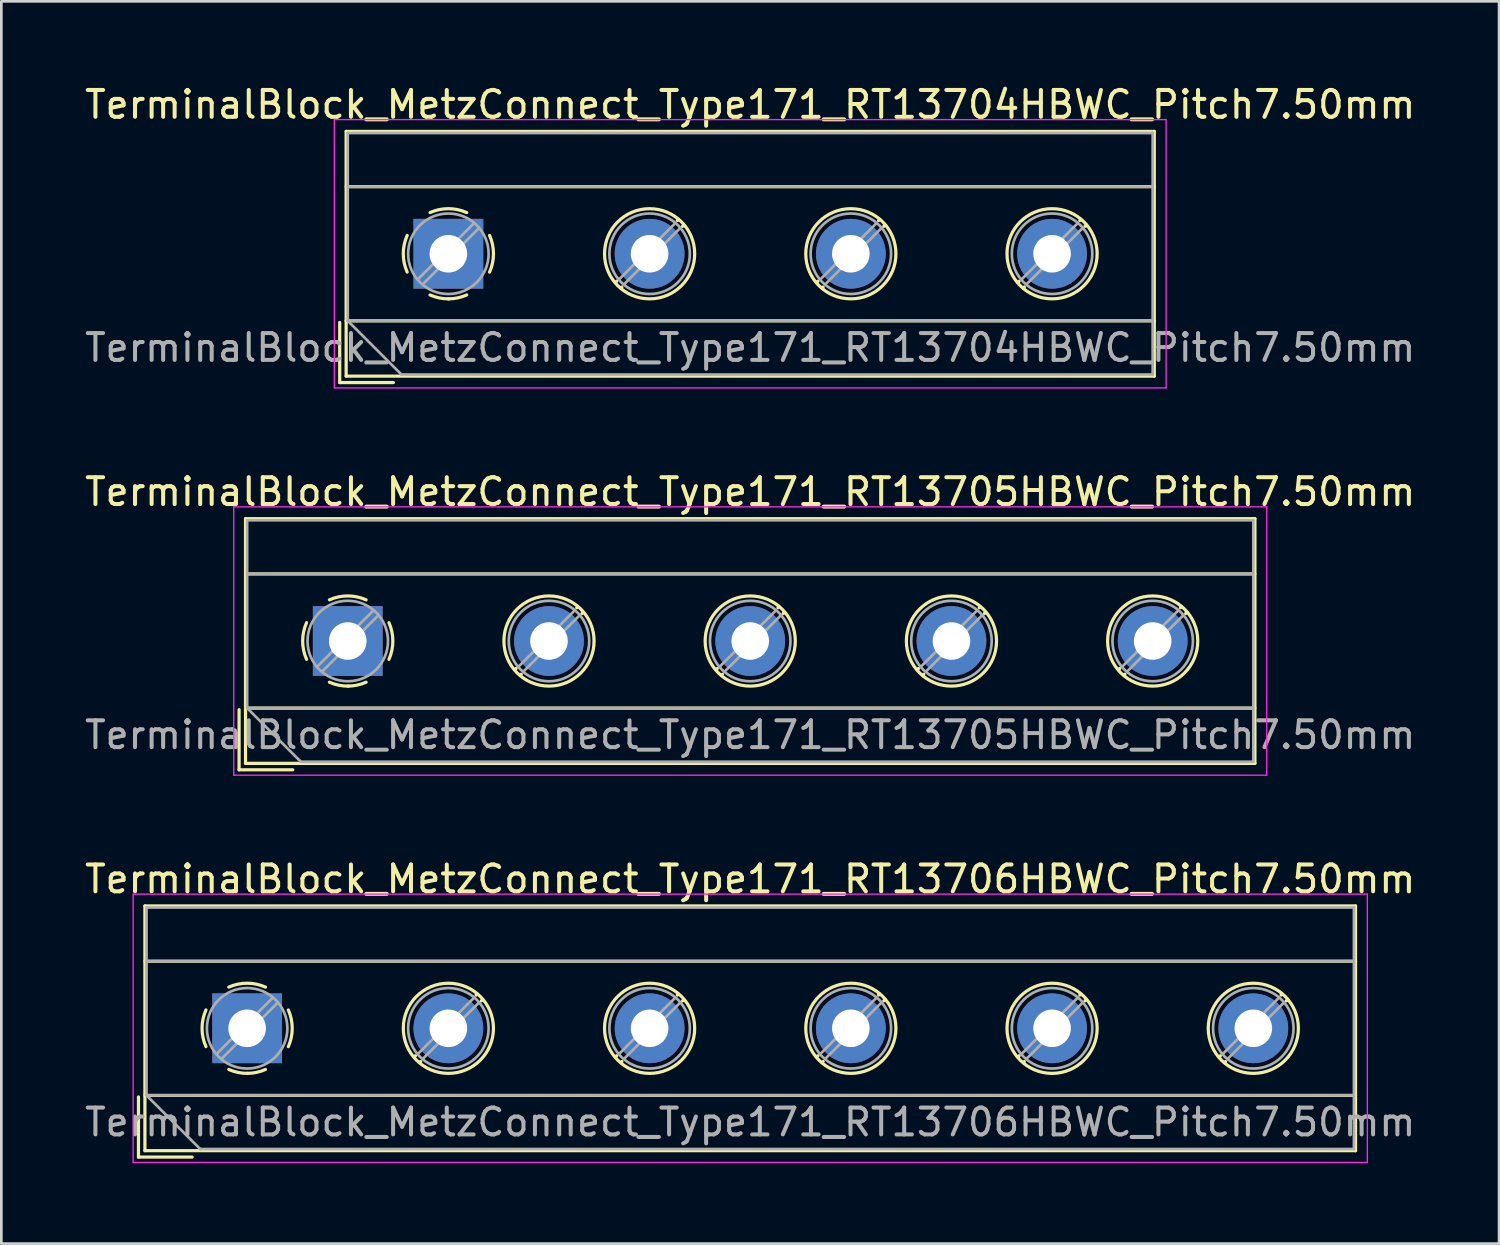
<source format=kicad_pcb>
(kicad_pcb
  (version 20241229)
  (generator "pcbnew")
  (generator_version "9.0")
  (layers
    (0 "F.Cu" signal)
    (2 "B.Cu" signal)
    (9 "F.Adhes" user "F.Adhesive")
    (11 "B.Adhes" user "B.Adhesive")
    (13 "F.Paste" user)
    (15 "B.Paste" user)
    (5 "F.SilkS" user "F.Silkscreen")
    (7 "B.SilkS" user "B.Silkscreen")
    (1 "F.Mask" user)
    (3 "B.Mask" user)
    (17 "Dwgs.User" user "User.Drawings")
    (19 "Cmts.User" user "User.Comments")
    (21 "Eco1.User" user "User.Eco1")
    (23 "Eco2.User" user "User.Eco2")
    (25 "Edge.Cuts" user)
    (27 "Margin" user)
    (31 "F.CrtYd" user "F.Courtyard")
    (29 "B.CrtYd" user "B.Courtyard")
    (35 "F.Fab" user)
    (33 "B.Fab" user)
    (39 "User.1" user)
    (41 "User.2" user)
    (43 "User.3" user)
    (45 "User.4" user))
  (footprint "TerminalBlock_MetzConnect_Type171_RT13706HBWC_Pitch7.50mm"
    (layer "F.Cu")
    (at 6.161 35.275)
    (property "Reference" "TerminalBlock_MetzConnect_Type171_RT13706HBWC_Pitch7.50mm" (at 18.75 -5.56 0) (layer "F.SilkS") (effects (font (size 1 1) (thickness 0.15))))
    (attr through_hole)
    (fp_line (start -4.05 2.56) (end -4.05 4.8) (stroke (width 0.12) (type solid)) (layer "F.SilkS"))
    (fp_line (start -4.05 4.8) (end -2.05 4.8) (stroke (width 0.12) (type solid)) (layer "F.SilkS"))
    (fp_line (start -3.81 -4.56) (end -3.81 4.56) (stroke (width 0.12) (type solid)) (layer "F.SilkS"))
    (fp_line (start -3.81 -2.5) (end 41.31 -2.5) (stroke (width 0.12) (type solid)) (layer "F.SilkS"))
    (fp_line (start -3.81 2.5) (end 41.31 2.5) (stroke (width 0.12) (type solid)) (layer "F.SilkS"))
    (fp_line (start -3.81 4.56) (end 41.31 4.56) (stroke (width 0.12) (type solid)) (layer "F.SilkS"))
    (fp_line (start 6.273 1.023) (end 6.226 1.069) (stroke (width 0.12) (type solid)) (layer "F.SilkS"))
    (fp_line (start 6.466 1.239) (end 6.431 1.274) (stroke (width 0.12) (type solid)) (layer "F.SilkS"))
    (fp_line (start 8.57 -1.275) (end 8.535 -1.239) (stroke (width 0.12) (type solid)) (layer "F.SilkS"))
    (fp_line (start 8.775 -1.069) (end 8.728 -1.023) (stroke (width 0.12) (type solid)) (layer "F.SilkS"))
    (fp_line (start 13.773 1.023) (end 13.726 1.069) (stroke (width 0.12) (type solid)) (layer "F.SilkS"))
    (fp_line (start 13.966 1.239) (end 13.931 1.274) (stroke (width 0.12) (type solid)) (layer "F.SilkS"))
    (fp_line (start 16.07 -1.275) (end 16.035 -1.239) (stroke (width 0.12) (type solid)) (layer "F.SilkS"))
    (fp_line (start 16.275 -1.069) (end 16.228 -1.023) (stroke (width 0.12) (type solid)) (layer "F.SilkS"))
    (fp_line (start 21.273 1.023) (end 21.226 1.069) (stroke (width 0.12) (type solid)) (layer "F.SilkS"))
    (fp_line (start 21.466 1.239) (end 21.431 1.274) (stroke (width 0.12) (type solid)) (layer "F.SilkS"))
    (fp_line (start 23.57 -1.275) (end 23.535 -1.239) (stroke (width 0.12) (type solid)) (layer "F.SilkS"))
    (fp_line (start 23.775 -1.069) (end 23.728 -1.023) (stroke (width 0.12) (type solid)) (layer "F.SilkS"))
    (fp_line (start 28.773 1.023) (end 28.726 1.069) (stroke (width 0.12) (type solid)) (layer "F.SilkS"))
    (fp_line (start 28.966 1.239) (end 28.931 1.274) (stroke (width 0.12) (type solid)) (layer "F.SilkS"))
    (fp_line (start 31.07 -1.275) (end 31.035 -1.239) (stroke (width 0.12) (type solid)) (layer "F.SilkS"))
    (fp_line (start 31.275 -1.069) (end 31.228 -1.023) (stroke (width 0.12) (type solid)) (layer "F.SilkS"))
    (fp_line (start 36.273 1.023) (end 36.226 1.069) (stroke (width 0.12) (type solid)) (layer "F.SilkS"))
    (fp_line (start 36.466 1.239) (end 36.431 1.274) (stroke (width 0.12) (type solid)) (layer "F.SilkS"))
    (fp_line (start 38.57 -1.275) (end 38.535 -1.239) (stroke (width 0.12) (type solid)) (layer "F.SilkS"))
    (fp_line (start 38.775 -1.069) (end 38.728 -1.023) (stroke (width 0.12) (type solid)) (layer "F.SilkS"))
    (fp_line (start 41.31 -4.56) (end -3.81 -4.56) (stroke (width 0.12) (type solid)) (layer "F.SilkS"))
    (fp_line (start 41.31 4.56) (end 41.31 -4.56) (stroke (width 0.12) (type solid)) (layer "F.SilkS"))
    (fp_arc (start -1.535427 0.683042) (mid -1.680501 -0.000524) (end -1.535 -0.684) (stroke (width 0.12) (type solid)) (layer "F.SilkS"))
    (fp_arc (start -0.683042 -1.535427) (mid 0.000524 -1.680501) (end 0.684 -1.535) (stroke (width 0.12) (type solid)) (layer "F.SilkS"))
    (fp_arc (start 0.028805 1.680253) (mid -0.335551 1.646659) (end -0.684 1.535) (stroke (width 0.12) (type solid)) (layer "F.SilkS"))
    (fp_arc (start 0.683318 1.534756) (mid 0.349292 1.643288) (end 0 1.68) (stroke (width 0.12) (type solid)) (layer "F.SilkS"))
    (fp_arc (start 1.535427 -0.683042) (mid 1.680501 0.000524) (end 1.535 0.684) (stroke (width 0.12) (type solid)) (layer "F.SilkS"))
    (fp_circle (center 7.5 0) (end 9.18 0) (stroke (width 0.12) (type solid)) (fill no) (layer "F.SilkS"))
    (fp_circle (center 15 0) (end 16.68 0) (stroke (width 0.12) (type solid)) (fill no) (layer "F.SilkS"))
    (fp_circle (center 22.5 0) (end 24.18 0) (stroke (width 0.12) (type solid)) (fill no) (layer "F.SilkS"))
    (fp_circle (center 30 0) (end 31.68 0) (stroke (width 0.12) (type solid)) (fill no) (layer "F.SilkS"))
    (fp_circle (center 37.5 0) (end 39.18 0) (stroke (width 0.12) (type solid)) (fill no) (layer "F.SilkS"))
    (fp_line (start -4.25 -5) (end -4.25 5) (stroke (width 0.05) (type solid)) (layer "F.CrtYd"))
    (fp_line (start -4.25 5) (end 41.75 5) (stroke (width 0.05) (type solid)) (layer "F.CrtYd"))
    (fp_line (start 41.75 -5) (end -4.25 -5) (stroke (width 0.05) (type solid)) (layer "F.CrtYd"))
    (fp_line (start 41.75 5) (end 41.75 -5) (stroke (width 0.05) (type solid)) (layer "F.CrtYd"))
    (fp_line (start -3.75 -4.5) (end 41.25 -4.5) (stroke (width 0.1) (type solid)) (layer "F.Fab"))
    (fp_line (start -3.75 -2.5) (end 41.25 -2.5) (stroke (width 0.1) (type solid)) (layer "F.Fab"))
    (fp_line (start -3.75 2.5) (end -3.75 -4.5) (stroke (width 0.1) (type solid)) (layer "F.Fab"))
    (fp_line (start -3.75 2.5) (end 41.25 2.5) (stroke (width 0.1) (type solid)) (layer "F.Fab"))
    (fp_line (start -1.75 4.5) (end -3.75 2.5) (stroke (width 0.1) (type solid)) (layer "F.Fab"))
    (fp_line (start 0.955 -1.138) (end -1.138 0.955) (stroke (width 0.1) (type solid)) (layer "F.Fab"))
    (fp_line (start 1.138 -0.955) (end -0.955 1.138) (stroke (width 0.1) (type solid)) (layer "F.Fab"))
    (fp_line (start 8.455 -1.138) (end 6.363 0.955) (stroke (width 0.1) (type solid)) (layer "F.Fab"))
    (fp_line (start 8.638 -0.955) (end 6.546 1.138) (stroke (width 0.1) (type solid)) (layer "F.Fab"))
    (fp_line (start 15.955 -1.138) (end 13.863 0.955) (stroke (width 0.1) (type solid)) (layer "F.Fab"))
    (fp_line (start 16.138 -0.955) (end 14.046 1.138) (stroke (width 0.1) (type solid)) (layer "F.Fab"))
    (fp_line (start 23.455 -1.138) (end 21.363 0.955) (stroke (width 0.1) (type solid)) (layer "F.Fab"))
    (fp_line (start 23.638 -0.955) (end 21.546 1.138) (stroke (width 0.1) (type solid)) (layer "F.Fab"))
    (fp_line (start 30.955 -1.138) (end 28.863 0.955) (stroke (width 0.1) (type solid)) (layer "F.Fab"))
    (fp_line (start 31.138 -0.955) (end 29.046 1.138) (stroke (width 0.1) (type solid)) (layer "F.Fab"))
    (fp_line (start 38.455 -1.138) (end 36.363 0.955) (stroke (width 0.1) (type solid)) (layer "F.Fab"))
    (fp_line (start 38.638 -0.955) (end 36.546 1.138) (stroke (width 0.1) (type solid)) (layer "F.Fab"))
    (fp_line (start 41.25 -4.5) (end 41.25 4.5) (stroke (width 0.1) (type solid)) (layer "F.Fab"))
    (fp_line (start 41.25 4.5) (end -1.75 4.5) (stroke (width 0.1) (type solid)) (layer "F.Fab"))
    (fp_circle (center 0 0) (end 1.5 0) (stroke (width 0.1) (type solid)) (fill no) (layer "F.Fab"))
    (fp_circle (center 7.5 0) (end 9 0) (stroke (width 0.1) (type solid)) (fill no) (layer "F.Fab"))
    (fp_circle (center 15 0) (end 16.5 0) (stroke (width 0.1) (type solid)) (fill no) (layer "F.Fab"))
    (fp_circle (center 22.5 0) (end 24 0) (stroke (width 0.1) (type solid)) (fill no) (layer "F.Fab"))
    (fp_circle (center 30 0) (end 31.5 0) (stroke (width 0.1) (type solid)) (fill no) (layer "F.Fab"))
    (fp_circle (center 37.5 0) (end 39 0) (stroke (width 0.1) (type solid)) (fill no) (layer "F.Fab"))
    (fp_text user "${REFERENCE}" (at 18.75 3.5 0) (layer "F.Fab") (effects (font (size 1 1) (thickness 0.15))))
    (pad "1" thru_hole rect (at 0 0) (size 2.6 2.6) (drill 1.4) (layers "*.Cu" "*.Mask"))
    (pad "2" thru_hole circle (at 7.5 0) (size 2.6 2.6) (drill 1.4) (layers "*.Cu" "*.Mask"))
    (pad "3" thru_hole circle (at 15 0) (size 2.6 2.6) (drill 1.4) (layers "*.Cu" "*.Mask"))
    (pad "4" thru_hole circle (at 22.5 0) (size 2.6 2.6) (drill 1.4) (layers "*.Cu" "*.Mask"))
    (pad "5" thru_hole circle (at 30 0) (size 2.6 2.6) (drill 1.4) (layers "*.Cu" "*.Mask"))
    (pad "6" thru_hole circle (at 37.5 0) (size 2.6 2.6) (drill 1.4) (layers "*.Cu" "*.Mask")))
  (footprint "TerminalBlock_MetzConnect_Type171_RT13705HBWC_Pitch7.50mm"
    (layer "F.Cu")
    (at 9.911 20.841)
    (property "Reference" "TerminalBlock_MetzConnect_Type171_RT13705HBWC_Pitch7.50mm" (at 15 -5.56 0) (layer "F.SilkS") (effects (font (size 1 1) (thickness 0.15))))
    (attr through_hole)
    (fp_line (start -4.05 2.56) (end -4.05 4.8) (stroke (width 0.12) (type solid)) (layer "F.SilkS"))
    (fp_line (start -4.05 4.8) (end -2.05 4.8) (stroke (width 0.12) (type solid)) (layer "F.SilkS"))
    (fp_line (start -3.81 -4.56) (end -3.81 4.56) (stroke (width 0.12) (type solid)) (layer "F.SilkS"))
    (fp_line (start -3.81 -2.5) (end 33.81 -2.5) (stroke (width 0.12) (type solid)) (layer "F.SilkS"))
    (fp_line (start -3.81 2.5) (end 33.81 2.5) (stroke (width 0.12) (type solid)) (layer "F.SilkS"))
    (fp_line (start -3.81 4.56) (end 33.81 4.56) (stroke (width 0.12) (type solid)) (layer "F.SilkS"))
    (fp_line (start 6.273 1.023) (end 6.226 1.069) (stroke (width 0.12) (type solid)) (layer "F.SilkS"))
    (fp_line (start 6.466 1.239) (end 6.431 1.274) (stroke (width 0.12) (type solid)) (layer "F.SilkS"))
    (fp_line (start 8.57 -1.275) (end 8.535 -1.239) (stroke (width 0.12) (type solid)) (layer "F.SilkS"))
    (fp_line (start 8.775 -1.069) (end 8.728 -1.023) (stroke (width 0.12) (type solid)) (layer "F.SilkS"))
    (fp_line (start 13.773 1.023) (end 13.726 1.069) (stroke (width 0.12) (type solid)) (layer "F.SilkS"))
    (fp_line (start 13.966 1.239) (end 13.931 1.274) (stroke (width 0.12) (type solid)) (layer "F.SilkS"))
    (fp_line (start 16.07 -1.275) (end 16.035 -1.239) (stroke (width 0.12) (type solid)) (layer "F.SilkS"))
    (fp_line (start 16.275 -1.069) (end 16.228 -1.023) (stroke (width 0.12) (type solid)) (layer "F.SilkS"))
    (fp_line (start 21.273 1.023) (end 21.226 1.069) (stroke (width 0.12) (type solid)) (layer "F.SilkS"))
    (fp_line (start 21.466 1.239) (end 21.431 1.274) (stroke (width 0.12) (type solid)) (layer "F.SilkS"))
    (fp_line (start 23.57 -1.275) (end 23.535 -1.239) (stroke (width 0.12) (type solid)) (layer "F.SilkS"))
    (fp_line (start 23.775 -1.069) (end 23.728 -1.023) (stroke (width 0.12) (type solid)) (layer "F.SilkS"))
    (fp_line (start 28.773 1.023) (end 28.726 1.069) (stroke (width 0.12) (type solid)) (layer "F.SilkS"))
    (fp_line (start 28.966 1.239) (end 28.931 1.274) (stroke (width 0.12) (type solid)) (layer "F.SilkS"))
    (fp_line (start 31.07 -1.275) (end 31.035 -1.239) (stroke (width 0.12) (type solid)) (layer "F.SilkS"))
    (fp_line (start 31.275 -1.069) (end 31.228 -1.023) (stroke (width 0.12) (type solid)) (layer "F.SilkS"))
    (fp_line (start 33.81 -4.56) (end -3.81 -4.56) (stroke (width 0.12) (type solid)) (layer "F.SilkS"))
    (fp_line (start 33.81 4.56) (end 33.81 -4.56) (stroke (width 0.12) (type solid)) (layer "F.SilkS"))
    (fp_arc (start -1.535427 0.683042) (mid -1.680501 -0.000524) (end -1.535 -0.684) (stroke (width 0.12) (type solid)) (layer "F.SilkS"))
    (fp_arc (start -0.683042 -1.535427) (mid 0.000524 -1.680501) (end 0.684 -1.535) (stroke (width 0.12) (type solid)) (layer "F.SilkS"))
    (fp_arc (start 0.028805 1.680253) (mid -0.335551 1.646659) (end -0.684 1.535) (stroke (width 0.12) (type solid)) (layer "F.SilkS"))
    (fp_arc (start 0.683318 1.534756) (mid 0.349292 1.643288) (end 0 1.68) (stroke (width 0.12) (type solid)) (layer "F.SilkS"))
    (fp_arc (start 1.535427 -0.683042) (mid 1.680501 0.000524) (end 1.535 0.684) (stroke (width 0.12) (type solid)) (layer "F.SilkS"))
    (fp_circle (center 7.5 0) (end 9.18 0) (stroke (width 0.12) (type solid)) (fill no) (layer "F.SilkS"))
    (fp_circle (center 15 0) (end 16.68 0) (stroke (width 0.12) (type solid)) (fill no) (layer "F.SilkS"))
    (fp_circle (center 22.5 0) (end 24.18 0) (stroke (width 0.12) (type solid)) (fill no) (layer "F.SilkS"))
    (fp_circle (center 30 0) (end 31.68 0) (stroke (width 0.12) (type solid)) (fill no) (layer "F.SilkS"))
    (fp_line (start -4.25 -5) (end -4.25 5) (stroke (width 0.05) (type solid)) (layer "F.CrtYd"))
    (fp_line (start -4.25 5) (end 34.25 5) (stroke (width 0.05) (type solid)) (layer "F.CrtYd"))
    (fp_line (start 34.25 -5) (end -4.25 -5) (stroke (width 0.05) (type solid)) (layer "F.CrtYd"))
    (fp_line (start 34.25 5) (end 34.25 -5) (stroke (width 0.05) (type solid)) (layer "F.CrtYd"))
    (fp_line (start -3.75 -4.5) (end 33.75 -4.5) (stroke (width 0.1) (type solid)) (layer "F.Fab"))
    (fp_line (start -3.75 -2.5) (end 33.75 -2.5) (stroke (width 0.1) (type solid)) (layer "F.Fab"))
    (fp_line (start -3.75 2.5) (end -3.75 -4.5) (stroke (width 0.1) (type solid)) (layer "F.Fab"))
    (fp_line (start -3.75 2.5) (end 33.75 2.5) (stroke (width 0.1) (type solid)) (layer "F.Fab"))
    (fp_line (start -1.75 4.5) (end -3.75 2.5) (stroke (width 0.1) (type solid)) (layer "F.Fab"))
    (fp_line (start 0.955 -1.138) (end -1.138 0.955) (stroke (width 0.1) (type solid)) (layer "F.Fab"))
    (fp_line (start 1.138 -0.955) (end -0.955 1.138) (stroke (width 0.1) (type solid)) (layer "F.Fab"))
    (fp_line (start 8.455 -1.138) (end 6.363 0.955) (stroke (width 0.1) (type solid)) (layer "F.Fab"))
    (fp_line (start 8.638 -0.955) (end 6.546 1.138) (stroke (width 0.1) (type solid)) (layer "F.Fab"))
    (fp_line (start 15.955 -1.138) (end 13.863 0.955) (stroke (width 0.1) (type solid)) (layer "F.Fab"))
    (fp_line (start 16.138 -0.955) (end 14.046 1.138) (stroke (width 0.1) (type solid)) (layer "F.Fab"))
    (fp_line (start 23.455 -1.138) (end 21.363 0.955) (stroke (width 0.1) (type solid)) (layer "F.Fab"))
    (fp_line (start 23.638 -0.955) (end 21.546 1.138) (stroke (width 0.1) (type solid)) (layer "F.Fab"))
    (fp_line (start 30.955 -1.138) (end 28.863 0.955) (stroke (width 0.1) (type solid)) (layer "F.Fab"))
    (fp_line (start 31.138 -0.955) (end 29.046 1.138) (stroke (width 0.1) (type solid)) (layer "F.Fab"))
    (fp_line (start 33.75 -4.5) (end 33.75 4.5) (stroke (width 0.1) (type solid)) (layer "F.Fab"))
    (fp_line (start 33.75 4.5) (end -1.75 4.5) (stroke (width 0.1) (type solid)) (layer "F.Fab"))
    (fp_circle (center 0 0) (end 1.5 0) (stroke (width 0.1) (type solid)) (fill no) (layer "F.Fab"))
    (fp_circle (center 7.5 0) (end 9 0) (stroke (width 0.1) (type solid)) (fill no) (layer "F.Fab"))
    (fp_circle (center 15 0) (end 16.5 0) (stroke (width 0.1) (type solid)) (fill no) (layer "F.Fab"))
    (fp_circle (center 22.5 0) (end 24 0) (stroke (width 0.1) (type solid)) (fill no) (layer "F.Fab"))
    (fp_circle (center 30 0) (end 31.5 0) (stroke (width 0.1) (type solid)) (fill no) (layer "F.Fab"))
    (fp_text user "${REFERENCE}" (at 15 3.5 0) (layer "F.Fab") (effects (font (size 1 1) (thickness 0.15))))
    (pad "1" thru_hole rect (at 0 0) (size 2.6 2.6) (drill 1.4) (layers "*.Cu" "*.Mask"))
    (pad "2" thru_hole circle (at 7.5 0) (size 2.6 2.6) (drill 1.4) (layers "*.Cu" "*.Mask"))
    (pad "3" thru_hole circle (at 15 0) (size 2.6 2.6) (drill 1.4) (layers "*.Cu" "*.Mask"))
    (pad "4" thru_hole circle (at 22.5 0) (size 2.6 2.6) (drill 1.4) (layers "*.Cu" "*.Mask"))
    (pad "5" thru_hole circle (at 30 0) (size 2.6 2.6) (drill 1.4) (layers "*.Cu" "*.Mask")))
  (footprint "TerminalBlock_MetzConnect_Type171_RT13704HBWC_Pitch7.50mm"
    (layer "F.Cu")
    (at 13.661 6.408)
    (property "Reference" "TerminalBlock_MetzConnect_Type171_RT13704HBWC_Pitch7.50mm" (at 11.25 -5.56 0) (layer "F.SilkS") (effects (font (size 1 1) (thickness 0.15))))
    (attr through_hole)
    (fp_line (start -4.05 2.56) (end -4.05 4.8) (stroke (width 0.12) (type solid)) (layer "F.SilkS"))
    (fp_line (start -4.05 4.8) (end -2.05 4.8) (stroke (width 0.12) (type solid)) (layer "F.SilkS"))
    (fp_line (start -3.81 -4.56) (end -3.81 4.56) (stroke (width 0.12) (type solid)) (layer "F.SilkS"))
    (fp_line (start -3.81 -2.5) (end 26.31 -2.5) (stroke (width 0.12) (type solid)) (layer "F.SilkS"))
    (fp_line (start -3.81 2.5) (end 26.31 2.5) (stroke (width 0.12) (type solid)) (layer "F.SilkS"))
    (fp_line (start -3.81 4.56) (end 26.31 4.56) (stroke (width 0.12) (type solid)) (layer "F.SilkS"))
    (fp_line (start 6.273 1.023) (end 6.226 1.069) (stroke (width 0.12) (type solid)) (layer "F.SilkS"))
    (fp_line (start 6.466 1.239) (end 6.431 1.274) (stroke (width 0.12) (type solid)) (layer "F.SilkS"))
    (fp_line (start 8.57 -1.275) (end 8.535 -1.239) (stroke (width 0.12) (type solid)) (layer "F.SilkS"))
    (fp_line (start 8.775 -1.069) (end 8.728 -1.023) (stroke (width 0.12) (type solid)) (layer "F.SilkS"))
    (fp_line (start 13.773 1.023) (end 13.726 1.069) (stroke (width 0.12) (type solid)) (layer "F.SilkS"))
    (fp_line (start 13.966 1.239) (end 13.931 1.274) (stroke (width 0.12) (type solid)) (layer "F.SilkS"))
    (fp_line (start 16.07 -1.275) (end 16.035 -1.239) (stroke (width 0.12) (type solid)) (layer "F.SilkS"))
    (fp_line (start 16.275 -1.069) (end 16.228 -1.023) (stroke (width 0.12) (type solid)) (layer "F.SilkS"))
    (fp_line (start 21.273 1.023) (end 21.226 1.069) (stroke (width 0.12) (type solid)) (layer "F.SilkS"))
    (fp_line (start 21.466 1.239) (end 21.431 1.274) (stroke (width 0.12) (type solid)) (layer "F.SilkS"))
    (fp_line (start 23.57 -1.275) (end 23.535 -1.239) (stroke (width 0.12) (type solid)) (layer "F.SilkS"))
    (fp_line (start 23.775 -1.069) (end 23.728 -1.023) (stroke (width 0.12) (type solid)) (layer "F.SilkS"))
    (fp_line (start 26.31 -4.56) (end -3.81 -4.56) (stroke (width 0.12) (type solid)) (layer "F.SilkS"))
    (fp_line (start 26.31 4.56) (end 26.31 -4.56) (stroke (width 0.12) (type solid)) (layer "F.SilkS"))
    (fp_arc (start -1.535427 0.683042) (mid -1.680501 -0.000524) (end -1.535 -0.684) (stroke (width 0.12) (type solid)) (layer "F.SilkS"))
    (fp_arc (start -0.683042 -1.535427) (mid 0.000524 -1.680501) (end 0.684 -1.535) (stroke (width 0.12) (type solid)) (layer "F.SilkS"))
    (fp_arc (start 0.028805 1.680253) (mid -0.335551 1.646659) (end -0.684 1.535) (stroke (width 0.12) (type solid)) (layer "F.SilkS"))
    (fp_arc (start 0.683318 1.534756) (mid 0.349292 1.643288) (end 0 1.68) (stroke (width 0.12) (type solid)) (layer "F.SilkS"))
    (fp_arc (start 1.535427 -0.683042) (mid 1.680501 0.000524) (end 1.535 0.684) (stroke (width 0.12) (type solid)) (layer "F.SilkS"))
    (fp_circle (center 7.5 0) (end 9.18 0) (stroke (width 0.12) (type solid)) (fill no) (layer "F.SilkS"))
    (fp_circle (center 15 0) (end 16.68 0) (stroke (width 0.12) (type solid)) (fill no) (layer "F.SilkS"))
    (fp_circle (center 22.5 0) (end 24.18 0) (stroke (width 0.12) (type solid)) (fill no) (layer "F.SilkS"))
    (fp_line (start -4.25 -5) (end -4.25 5) (stroke (width 0.05) (type solid)) (layer "F.CrtYd"))
    (fp_line (start -4.25 5) (end 26.75 5) (stroke (width 0.05) (type solid)) (layer "F.CrtYd"))
    (fp_line (start 26.75 -5) (end -4.25 -5) (stroke (width 0.05) (type solid)) (layer "F.CrtYd"))
    (fp_line (start 26.75 5) (end 26.75 -5) (stroke (width 0.05) (type solid)) (layer "F.CrtYd"))
    (fp_line (start -3.75 -4.5) (end 26.25 -4.5) (stroke (width 0.1) (type solid)) (layer "F.Fab"))
    (fp_line (start -3.75 -2.5) (end 26.25 -2.5) (stroke (width 0.1) (type solid)) (layer "F.Fab"))
    (fp_line (start -3.75 2.5) (end -3.75 -4.5) (stroke (width 0.1) (type solid)) (layer "F.Fab"))
    (fp_line (start -3.75 2.5) (end 26.25 2.5) (stroke (width 0.1) (type solid)) (layer "F.Fab"))
    (fp_line (start -1.75 4.5) (end -3.75 2.5) (stroke (width 0.1) (type solid)) (layer "F.Fab"))
    (fp_line (start 0.955 -1.138) (end -1.138 0.955) (stroke (width 0.1) (type solid)) (layer "F.Fab"))
    (fp_line (start 1.138 -0.955) (end -0.955 1.138) (stroke (width 0.1) (type solid)) (layer "F.Fab"))
    (fp_line (start 8.455 -1.138) (end 6.363 0.955) (stroke (width 0.1) (type solid)) (layer "F.Fab"))
    (fp_line (start 8.638 -0.955) (end 6.546 1.138) (stroke (width 0.1) (type solid)) (layer "F.Fab"))
    (fp_line (start 15.955 -1.138) (end 13.863 0.955) (stroke (width 0.1) (type solid)) (layer "F.Fab"))
    (fp_line (start 16.138 -0.955) (end 14.046 1.138) (stroke (width 0.1) (type solid)) (layer "F.Fab"))
    (fp_line (start 23.455 -1.138) (end 21.363 0.955) (stroke (width 0.1) (type solid)) (layer "F.Fab"))
    (fp_line (start 23.638 -0.955) (end 21.546 1.138) (stroke (width 0.1) (type solid)) (layer "F.Fab"))
    (fp_line (start 26.25 -4.5) (end 26.25 4.5) (stroke (width 0.1) (type solid)) (layer "F.Fab"))
    (fp_line (start 26.25 4.5) (end -1.75 4.5) (stroke (width 0.1) (type solid)) (layer "F.Fab"))
    (fp_circle (center 0 0) (end 1.5 0) (stroke (width 0.1) (type solid)) (fill no) (layer "F.Fab"))
    (fp_circle (center 7.5 0) (end 9 0) (stroke (width 0.1) (type solid)) (fill no) (layer "F.Fab"))
    (fp_circle (center 15 0) (end 16.5 0) (stroke (width 0.1) (type solid)) (fill no) (layer "F.Fab"))
    (fp_circle (center 22.5 0) (end 24 0) (stroke (width 0.1) (type solid)) (fill no) (layer "F.Fab"))
    (fp_text user "${REFERENCE}" (at 11.25 3.5 0) (layer "F.Fab") (effects (font (size 1 1) (thickness 0.15))))
    (pad "1" thru_hole rect (at 0 0) (size 2.6 2.6) (drill 1.4) (layers "*.Cu" "*.Mask"))
    (pad "2" thru_hole circle (at 7.5 0) (size 2.6 2.6) (drill 1.4) (layers "*.Cu" "*.Mask"))
    (pad "3" thru_hole circle (at 15 0) (size 2.6 2.6) (drill 1.4) (layers "*.Cu" "*.Mask"))
    (pad "4" thru_hole circle (at 22.5 0) (size 2.6 2.6) (drill 1.4) (layers "*.Cu" "*.Mask")))
  (gr_rect
    (start -3 -3)
    (end 52.821 43.3)
    (stroke (width 0.1) (type default))
    (fill no)
    (layer "Edge.Cuts")))
</source>
